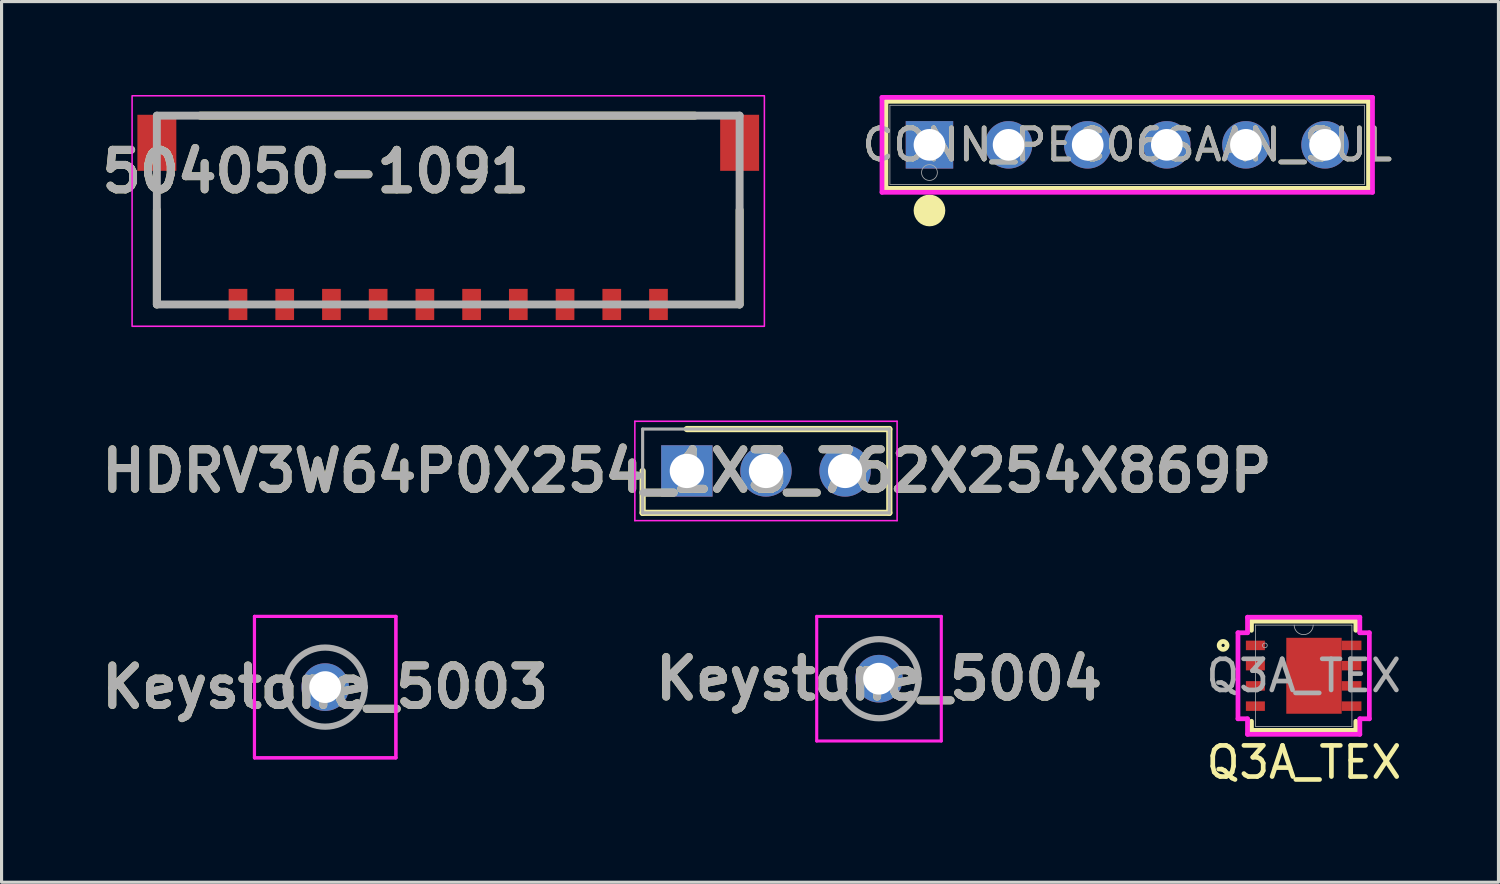
<source format=kicad_pcb>
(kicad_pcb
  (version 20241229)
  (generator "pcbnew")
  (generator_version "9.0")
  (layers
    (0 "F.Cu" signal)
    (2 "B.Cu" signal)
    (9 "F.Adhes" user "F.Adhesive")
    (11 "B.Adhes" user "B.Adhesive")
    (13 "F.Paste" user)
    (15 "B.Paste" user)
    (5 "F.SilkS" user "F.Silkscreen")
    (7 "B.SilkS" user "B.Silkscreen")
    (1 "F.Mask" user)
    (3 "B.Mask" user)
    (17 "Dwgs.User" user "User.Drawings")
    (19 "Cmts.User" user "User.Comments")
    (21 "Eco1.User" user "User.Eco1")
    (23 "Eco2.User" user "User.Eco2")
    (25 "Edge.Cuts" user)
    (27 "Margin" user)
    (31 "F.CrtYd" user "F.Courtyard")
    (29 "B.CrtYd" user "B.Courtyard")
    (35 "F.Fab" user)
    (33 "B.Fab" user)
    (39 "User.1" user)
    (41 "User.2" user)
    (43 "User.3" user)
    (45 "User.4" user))
  (footprint "Q3A_TEX"
    (layer "F.Cu")
    (at 38.805 18.646)
    (property "Reference" "Q3A_TEX" (at 0.01 2.78 0) (unlocked yes) (layer "F.SilkS") (effects (font (size 1 1) (thickness 0.15))))
    (attr smd)
    (fp_poly (pts (xy -0.558 -1.219) (xy 1.22 -1.219) (xy 1.22 -1.127) (xy 1.855 -1.127) (xy 1.855 -0.823) (xy 1.22 -0.823) (xy 1.22 -0.477) (xy 1.855 -0.477) (xy 1.855 -0.173) (xy 1.22 -0.173) (xy 1.22 0.173) (xy 1.855 0.173) (xy 1.855 0.477) (xy 1.22 0.477) (xy 1.22 0.823) (xy 1.855 0.823) (xy 1.855 1.127) (xy 1.22 1.127) (xy 1.22 1.219) (xy -0.558 1.219)) (stroke (width 0) (type solid)) (fill yes) (layer "F.Mask"))
    (fp_line (start -1.676 -1.753) (end -1.676 -1.46) (stroke (width 0.152) (type solid)) (layer "F.SilkS"))
    (fp_line (start -1.676 1.46) (end -1.676 1.753) (stroke (width 0.152) (type solid)) (layer "F.SilkS"))
    (fp_line (start -1.676 1.753) (end 1.676 1.753) (stroke (width 0.152) (type solid)) (layer "F.SilkS"))
    (fp_line (start 1.676 -1.753) (end -1.676 -1.753) (stroke (width 0.152) (type solid)) (layer "F.SilkS"))
    (fp_line (start 1.676 -1.46) (end 1.676 -1.753) (stroke (width 0.152) (type solid)) (layer "F.SilkS"))
    (fp_line (start 1.676 1.753) (end 1.676 1.46) (stroke (width 0.152) (type solid)) (layer "F.SilkS"))
    (fp_circle (center -2.586 -0.975) (end -2.459 -0.975) (stroke (width 0.152) (type solid)) (fill no) (layer "F.SilkS"))
    (fp_poly (pts (xy -0.558 -1.219) (xy 1.22 -1.219) (xy 1.22 -1.127) (xy 1.855 -1.127) (xy 1.855 -0.823) (xy 1.22 -0.823) (xy 1.22 -0.477) (xy 1.855 -0.477) (xy 1.855 -0.173) (xy 1.22 -0.173) (xy 1.22 0.173) (xy 1.855 0.173) (xy 1.855 0.477) (xy 1.22 0.477) (xy 1.22 0.823) (xy 1.855 0.823) (xy 1.855 1.127) (xy 1.22 1.127) (xy 1.22 1.219) (xy -0.558 1.219)) (stroke (width 0) (type solid)) (fill yes) (layer "F.Paste"))
    (fp_line (start -2.109 -1.381) (end -1.803 -1.381) (stroke (width 0.152) (type solid)) (layer "F.CrtYd"))
    (fp_line (start -2.109 1.381) (end -2.109 -1.381) (stroke (width 0.152) (type solid)) (layer "F.CrtYd"))
    (fp_line (start -2.109 1.381) (end -1.803 1.381) (stroke (width 0.152) (type solid)) (layer "F.CrtYd"))
    (fp_line (start -1.803 -1.88) (end 1.803 -1.88) (stroke (width 0.152) (type solid)) (layer "F.CrtYd"))
    (fp_line (start -1.803 -1.381) (end -1.803 -1.88) (stroke (width 0.152) (type solid)) (layer "F.CrtYd"))
    (fp_line (start -1.803 1.88) (end -1.803 1.381) (stroke (width 0.152) (type solid)) (layer "F.CrtYd"))
    (fp_line (start 1.803 -1.88) (end 1.803 -1.381) (stroke (width 0.152) (type solid)) (layer "F.CrtYd"))
    (fp_line (start 1.803 1.381) (end 1.803 1.88) (stroke (width 0.152) (type solid)) (layer "F.CrtYd"))
    (fp_line (start 1.803 1.88) (end -1.803 1.88) (stroke (width 0.152) (type solid)) (layer "F.CrtYd"))
    (fp_line (start 2.109 -1.381) (end 1.803 -1.381) (stroke (width 0.152) (type solid)) (layer "F.CrtYd"))
    (fp_line (start 2.109 -1.381) (end 2.109 1.381) (stroke (width 0.152) (type solid)) (layer "F.CrtYd"))
    (fp_line (start 2.109 1.381) (end 1.803 1.381) (stroke (width 0.152) (type solid)) (layer "F.CrtYd"))
    (fp_line (start -1.549 -1.626) (end -1.549 1.626) (stroke (width 0.025) (type solid)) (layer "F.Fab"))
    (fp_line (start -1.549 1.626) (end 1.549 1.626) (stroke (width 0.025) (type solid)) (layer "F.Fab"))
    (fp_line (start 1.549 -1.626) (end -1.549 -1.626) (stroke (width 0.025) (type solid)) (layer "F.Fab"))
    (fp_line (start 1.549 1.626) (end 1.549 -1.626) (stroke (width 0.025) (type solid)) (layer "F.Fab"))
    (fp_arc (start 0.3048 -1.6256) (mid 0 -1.3208) (end -0.3048 -1.6256) (stroke (width 0.0254) (type solid)) (layer "F.Fab"))
    (fp_circle (center -1.245 -0.975) (end -1.169 -0.975) (stroke (width 0.025) (type solid)) (fill no) (layer "F.Fab"))
    (fp_text user "${REFERENCE}" (at 0 0 0) (unlocked yes) (layer "F.Fab") (effects (font (size 1 1) (thickness 0.15))))
    (pad "1" smd rect (at -1.55 -0.975) (size 0.61 0.305) (layers "F.Cu" "F.Mask" "F.Paste"))
    (pad "1" smd rect (at -1.55 -0.325) (size 0.61 0.305) (layers "F.Cu" "F.Mask" "F.Paste"))
    (pad "1" smd rect (at -1.55 0.325) (size 0.61 0.305) (layers "F.Cu" "F.Mask" "F.Paste"))
    (pad "4" smd rect (at -1.55 0.975) (size 0.61 0.305) (layers "F.Cu" "F.Mask" "F.Paste"))
    (pad "5" smd rect (at 0.331 0.000004) (size 1.778 2.438) (layers "F.Cu" "F.Mask" "F.Paste"))
    (pad "5" smd rect (at 1.537 -0.325) (size 0.635 0.305) (layers "F.Cu" "F.Mask" "F.Paste"))
    (pad "5" smd rect (at 1.537 0.325) (size 0.635 0.305) (layers "F.Cu" "F.Mask" "F.Paste"))
    (pad "5" smd rect (at 1.537 0.975) (size 0.635 0.305) (layers "F.Cu" "F.Mask" "F.Paste"))
    (pad "5" smd rect (at 1.537 -0.975) (size 0.635 0.305) (layers "F.Cu" "F.Mask" "F.Paste")))
  (footprint "Keystone_5003"
    (layer "F.Cu")
    (at 7.39 19.01)
    (property "Reference" "Keystone_5003" (at 0 0 0) (layer "F.SilkS") (effects (font (size 1.27 1.27) (thickness 0.254))))
    (attr through_hole)
    (fp_line (start -1.27 0) (end -1.27 0) (stroke (width 0.1) (type solid)) (layer "F.SilkS"))
    (fp_line (start 1.27 0) (end 1.27 0) (stroke (width 0.1) (type solid)) (layer "F.SilkS"))
    (fp_arc (start -1.27 0) (mid 0 -1.27) (end 1.27 0) (stroke (width 0.1) (type solid)) (layer "F.SilkS"))
    (fp_arc (start 1.27 0) (mid 0 1.27) (end -1.27 0) (stroke (width 0.1) (type solid)) (layer "F.SilkS"))
    (fp_line (start -2.27 -2.27) (end 2.27 -2.27) (stroke (width 0.1) (type solid)) (layer "F.CrtYd"))
    (fp_line (start -2.27 -2.27) (end 2.27 -2.27) (stroke (width 0.1) (type solid)) (layer "F.CrtYd"))
    (fp_line (start -2.27 2.27) (end -2.27 -2.27) (stroke (width 0.1) (type solid)) (layer "F.CrtYd"))
    (fp_line (start -2.27 2.27) (end -2.27 -2.27) (stroke (width 0.1) (type solid)) (layer "F.CrtYd"))
    (fp_line (start 2.27 -2.27) (end 2.27 2.27) (stroke (width 0.1) (type solid)) (layer "F.CrtYd"))
    (fp_line (start 2.27 -2.27) (end 2.27 2.27) (stroke (width 0.1) (type solid)) (layer "F.CrtYd"))
    (fp_line (start 2.27 2.27) (end -2.27 2.27) (stroke (width 0.1) (type solid)) (layer "F.CrtYd"))
    (fp_line (start 2.27 2.27) (end -2.27 2.27) (stroke (width 0.1) (type solid)) (layer "F.CrtYd"))
    (fp_line (start -1.27 0) (end -1.27 0) (stroke (width 0.2) (type solid)) (layer "F.Fab"))
    (fp_line (start 1.27 0) (end 1.27 0) (stroke (width 0.2) (type solid)) (layer "F.Fab"))
    (fp_arc (start -1.27 0) (mid 0 -1.27) (end 1.27 0) (stroke (width 0.2) (type solid)) (layer "F.Fab"))
    (fp_arc (start 1.27 0) (mid 0 1.27) (end -1.27 0) (stroke (width 0.2) (type solid)) (layer "F.Fab"))
    (fp_text user "${REFERENCE}" (at 0 0 0) (layer "F.Fab") (effects (font (size 1.27 1.27) (thickness 0.254))))
    (pad "1" thru_hole circle (at 0 0) (size 1.53 1.53) (drill 1.02) (layers "*.Cu" "*.Mask")))
  (footprint "Keystone_5004"
    (layer "F.Cu")
    (at 25.171 18.74)
    (property "Reference" "Keystone_5004" (at 0 0 0) (layer "F.SilkS") (effects (font (size 1.27 1.27) (thickness 0.254))))
    (attr through_hole)
    (fp_line (start -1.27 0) (end -1.27 0) (stroke (width 0.1) (type solid)) (layer "F.SilkS"))
    (fp_line (start 1.27 0) (end 1.27 0) (stroke (width 0.1) (type solid)) (layer "F.SilkS"))
    (fp_arc (start -1.27 0) (mid 0 -1.27) (end 1.27 0) (stroke (width 0.1) (type solid)) (layer "F.SilkS"))
    (fp_arc (start 1.27 0) (mid 0 1.27) (end -1.27 0) (stroke (width 0.1) (type solid)) (layer "F.SilkS"))
    (fp_line (start -2 -2) (end 2 -2) (stroke (width 0.1) (type solid)) (layer "F.CrtYd"))
    (fp_line (start -2 2) (end -2 -2) (stroke (width 0.1) (type solid)) (layer "F.CrtYd"))
    (fp_line (start 2 -2) (end 2 2) (stroke (width 0.1) (type solid)) (layer "F.CrtYd"))
    (fp_line (start 2 2) (end -2 2) (stroke (width 0.1) (type solid)) (layer "F.CrtYd"))
    (fp_line (start -1.27 0) (end -1.27 0) (stroke (width 0.2) (type solid)) (layer "F.Fab"))
    (fp_line (start 1.27 0) (end 1.27 0) (stroke (width 0.2) (type solid)) (layer "F.Fab"))
    (fp_arc (start -1.27 0) (mid 0 -1.27) (end 1.27 0) (stroke (width 0.2) (type solid)) (layer "F.Fab"))
    (fp_arc (start 1.27 0) (mid 0 1.27) (end -1.27 0) (stroke (width 0.2) (type solid)) (layer "F.Fab"))
    (fp_text user "${REFERENCE}" (at 0 0 0) (layer "F.Fab") (effects (font (size 1.27 1.27) (thickness 0.254))))
    (pad "1" thru_hole circle (at 0 0) (size 1.53 1.53) (drill 1.02) (layers "*.Cu" "*.Mask")))
  (footprint "HDRV3W64P0X254_1X3_762X254X869P"
    (layer "F.Cu")
    (at 19.002 12.07)
    (property "Reference" "HDRV3W64P0X254_1X3_762X254X869P" (at 0 0 0) (layer "F.SilkS") (effects (font (size 1.27 1.27) (thickness 0.254))))
    (attr through_hole)
    (fp_line (start -1.42 0) (end -1.42 1.345) (stroke (width 0.2) (type solid)) (layer "F.SilkS"))
    (fp_line (start -1.42 1.345) (end 6.5 1.345) (stroke (width 0.2) (type solid)) (layer "F.SilkS"))
    (fp_line (start 6.5 -1.345) (end 0 -1.345) (stroke (width 0.2) (type solid)) (layer "F.SilkS"))
    (fp_line (start 6.5 1.345) (end 6.5 -1.345) (stroke (width 0.2) (type solid)) (layer "F.SilkS"))
    (fp_line (start -1.67 -1.595) (end 6.75 -1.595) (stroke (width 0.05) (type solid)) (layer "F.CrtYd"))
    (fp_line (start -1.67 1.595) (end -1.67 -1.595) (stroke (width 0.05) (type solid)) (layer "F.CrtYd"))
    (fp_line (start 6.75 -1.595) (end 6.75 1.595) (stroke (width 0.05) (type solid)) (layer "F.CrtYd"))
    (fp_line (start 6.75 1.595) (end -1.67 1.595) (stroke (width 0.05) (type solid)) (layer "F.CrtYd"))
    (fp_line (start -1.42 -1.345) (end 6.5 -1.345) (stroke (width 0.1) (type solid)) (layer "F.Fab"))
    (fp_line (start -1.42 1.345) (end -1.42 -1.345) (stroke (width 0.1) (type solid)) (layer "F.Fab"))
    (fp_line (start 6.5 -1.345) (end 6.5 1.345) (stroke (width 0.1) (type solid)) (layer "F.Fab"))
    (fp_line (start 6.5 1.345) (end -1.42 1.345) (stroke (width 0.1) (type solid)) (layer "F.Fab"))
    (fp_text user "${REFERENCE}" (at 0 0 0) (layer "F.Fab") (effects (font (size 1.27 1.27) (thickness 0.254))))
    (pad "1" thru_hole rect (at 0 0) (size 1.65 1.65) (drill 1.1) (layers "*.Cu" "*.Mask"))
    (pad "2" thru_hole circle (at 2.54 0) (size 1.65 1.65) (drill 1.1) (layers "*.Cu" "*.Mask"))
    (pad "3" thru_hole circle (at 5.08 0) (size 1.65 1.65) (drill 1.1) (layers "*.Cu" "*.Mask")))
  (footprint "504050-1091"
    (layer "F.Cu")
    (at 18.091 6.725)
    (property "Reference" "504050-1091" (at -11.003 -4.269 0) (layer "F.SilkS") (effects (font (size 1.27 1.27) (thickness 0.254))))
    (attr smd)
    (fp_line (start -16.105 -3.032) (end -16.105 0) (stroke (width 0.254) (type solid)) (layer "F.SilkS"))
    (fp_line (start -14.712 -6.063) (end 1.17 -6.063) (stroke (width 0.254) (type solid)) (layer "F.SilkS"))
    (fp_line (start 2.605 -3.032) (end 2.605 0) (stroke (width 0.254) (type solid)) (layer "F.SilkS"))
    (fp_rect (start -16.9 -6.7) (end 3.4 0.7) (stroke (width 0.05) (type default)) (fill no) (layer "F.CrtYd"))
    (fp_line (start -16.105 -6.063) (end 2.605 -6.063) (stroke (width 0.254) (type solid)) (layer "F.Fab"))
    (fp_line (start -16.105 0) (end -16.105 -6.063) (stroke (width 0.254) (type solid)) (layer "F.Fab"))
    (fp_line (start 2.605 -6.063) (end 2.605 0) (stroke (width 0.254) (type solid)) (layer "F.Fab"))
    (fp_line (start 2.605 0) (end -16.105 0) (stroke (width 0.254) (type solid)) (layer "F.Fab"))
    (fp_text user "${REFERENCE}" (at -11.003 -4.269 0) (layer "F.Fab") (effects (font (size 1.27 1.27) (thickness 0.254))))
    (pad "1" smd rect (at -13.5 0) (size 0.6 1) (layers "F.Cu" "F.Mask" "F.Paste"))
    (pad "2" smd rect (at -12 0) (size 0.6 1) (layers "F.Cu" "F.Mask" "F.Paste"))
    (pad "3" smd rect (at -10.5 0) (size 0.6 1) (layers "F.Cu" "F.Mask" "F.Paste"))
    (pad "4" smd rect (at -9 0) (size 0.6 1) (layers "F.Cu" "F.Mask" "F.Paste"))
    (pad "5" smd rect (at -7.5 0) (size 0.6 1) (layers "F.Cu" "F.Mask" "F.Paste"))
    (pad "6" smd rect (at -6 0) (size 0.6 1) (layers "F.Cu" "F.Mask" "F.Paste"))
    (pad "7" smd rect (at -4.5 0) (size 0.6 1) (layers "F.Cu" "F.Mask" "F.Paste"))
    (pad "8" smd rect (at -3 0) (size 0.6 1) (layers "F.Cu" "F.Mask" "F.Paste"))
    (pad "9" smd rect (at -1.5 0) (size 0.6 1) (layers "F.Cu" "F.Mask" "F.Paste"))
    (pad "10" smd rect (at 0 0) (size 0.6 1) (layers "F.Cu" "F.Mask" "F.Paste"))
    (pad "11" smd rect (at 2.605 -5.19) (size 1.25 1.8) (layers "F.Cu" "F.Mask" "F.Paste"))
    (pad "12" smd rect (at -16.105 -5.19) (size 1.25 1.8) (layers "F.Cu" "F.Mask" "F.Paste")))
  (footprint "CONN_PEC06SAAN_SUL"
    (layer "F.Cu")
    (at 26.791 1.6)
    (property "Reference" "CONN_PEC06SAAN_SUL" (at 6.35 0 0) (unlocked yes) (layer "F.SilkS") (effects (font (size 1 1) (thickness 0.15))))
    (attr through_hole)
    (fp_line (start -1.397 -1.397) (end -1.397 1.397) (stroke (width 0.152) (type solid)) (layer "F.SilkS"))
    (fp_line (start -1.397 1.397) (end 14.097 1.397) (stroke (width 0.152) (type solid)) (layer "F.SilkS"))
    (fp_line (start 14.097 -1.397) (end -1.397 -1.397) (stroke (width 0.152) (type solid)) (layer "F.SilkS"))
    (fp_line (start 14.097 1.397) (end 14.097 -1.397) (stroke (width 0.152) (type solid)) (layer "F.SilkS"))
    (fp_circle (center 0 2.108) (end 0.254 2.108) (stroke (width 0.508) (type solid)) (fill no) (layer "F.SilkS"))
    (fp_line (start -1.524 -1.524) (end -1.524 1.524) (stroke (width 0.152) (type solid)) (layer "F.CrtYd"))
    (fp_line (start -1.524 1.524) (end 14.224 1.524) (stroke (width 0.152) (type solid)) (layer "F.CrtYd"))
    (fp_line (start 14.224 -1.524) (end -1.524 -1.524) (stroke (width 0.152) (type solid)) (layer "F.CrtYd"))
    (fp_line (start 14.224 1.524) (end 14.224 -1.524) (stroke (width 0.152) (type solid)) (layer "F.CrtYd"))
    (fp_line (start -1.27 -1.27) (end -1.27 1.27) (stroke (width 0.025) (type solid)) (layer "F.Fab"))
    (fp_line (start -1.27 1.27) (end 13.97 1.27) (stroke (width 0.025) (type solid)) (layer "F.Fab"))
    (fp_line (start 13.97 -1.27) (end -1.27 -1.27) (stroke (width 0.025) (type solid)) (layer "F.Fab"))
    (fp_line (start 13.97 1.27) (end 13.97 -1.27) (stroke (width 0.025) (type solid)) (layer "F.Fab"))
    (fp_circle (center 0 0.889) (end 0.254 0.889) (stroke (width 0.025) (type solid)) (fill no) (layer "F.Fab"))
    (fp_text user "${REFERENCE}" (at 6.35 0 0) (unlocked yes) (layer "F.Fab") (effects (font (size 1 1) (thickness 0.15))))
    (pad "1" thru_hole rect (at 0 0) (size 1.524 1.524) (drill 1.016) (layers "*.Cu" "*.Mask"))
    (pad "2" thru_hole circle (at 2.54 0) (size 1.524 1.524) (drill 1.016) (layers "*.Cu" "*.Mask"))
    (pad "3" thru_hole circle (at 5.08 0) (size 1.524 1.524) (drill 1.016) (layers "*.Cu" "*.Mask"))
    (pad "4" thru_hole circle (at 7.62 0) (size 1.524 1.524) (drill 1.016) (layers "*.Cu" "*.Mask"))
    (pad "5" thru_hole circle (at 10.16 0) (size 1.524 1.524) (drill 1.016) (layers "*.Cu" "*.Mask"))
    (pad "6" thru_hole circle (at 12.7 0) (size 1.524 1.524) (drill 1.016) (layers "*.Cu" "*.Mask")))
  (gr_rect
    (start -3 -3)
    (end 45.059 25.274)
    (stroke (width 0.1) (type default))
    (fill no)
    (layer "Edge.Cuts")))
</source>
